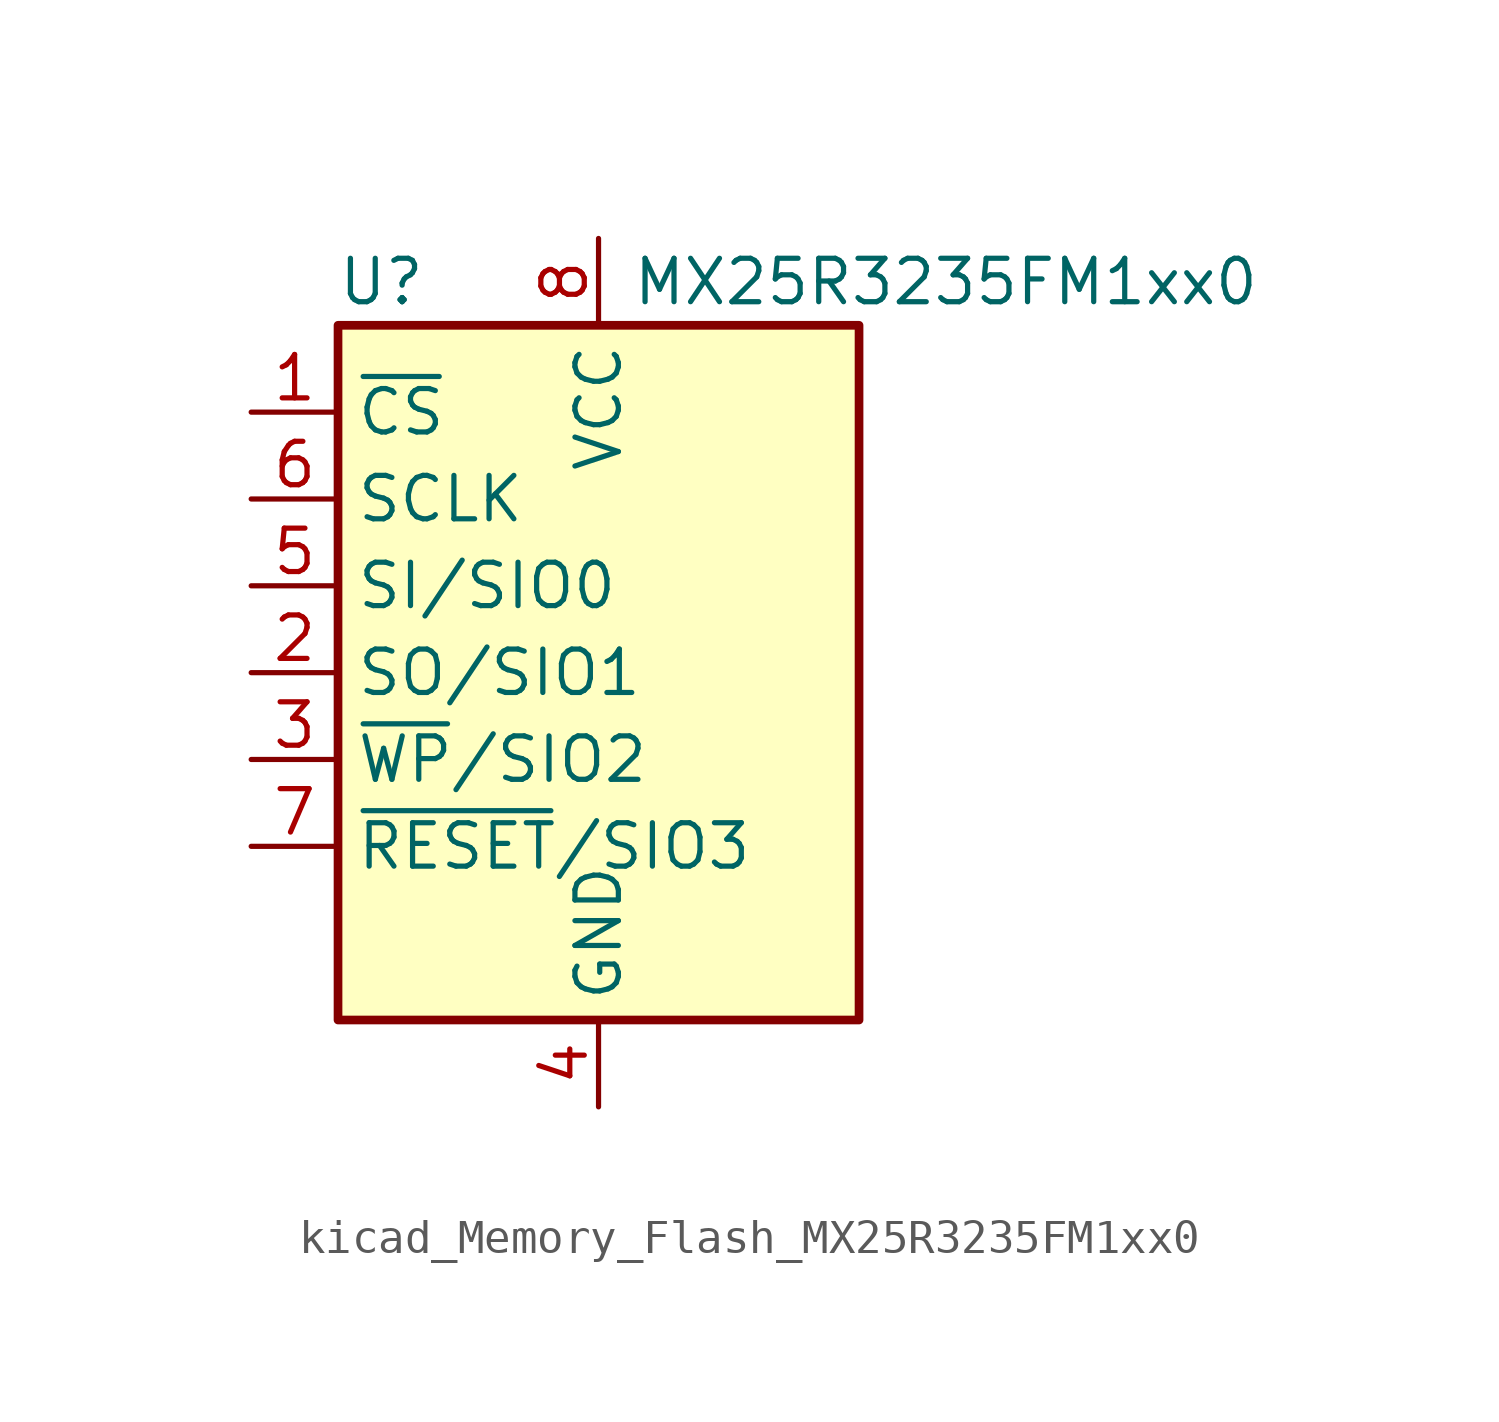
<source format=kicad_sym>
(kicad_symbol_lib
  (version 20220914)
  (generator kicad_symbol_editor)
  (symbol "kicad_Memory_Flash_MX25R3235FM1xx0"
    (property "Reference" "U"
      (at -6.35 11.43 0)
      (effects (font (size 1.27 1.27))))
    (property "Value" "MX25R3235FM1xx0"
      (at 10.16 11.43 0)
      (effects (font (size 1.27 1.27))))
    (symbol "kicad_Memory_Flash_MX25R3235FM1xx0_0_1"
      (rectangle (start -7.62 10.16) (end 7.62 -10.16) (stroke (width 0.254) (type default)) (fill (type background))))
    (symbol "kicad_Memory_Flash_MX25R3235FM1xx0_1_1"
      (pin input line (at -10.16 7.62 0) (length 2.54) (name "~{CS}" (effects (font (size 1.27 1.27)))) (number "1" (effects (font (size 1.27 1.27)))))
      (pin bidirectional line (at -10.16 0 0) (length 2.54) (name "SO/SIO1" (effects (font (size 1.27 1.27)))) (number "2" (effects (font (size 1.27 1.27)))))
      (pin bidirectional line (at -10.16 -2.54 0) (length 2.54) (name "~{WP}/SIO2" (effects (font (size 1.27 1.27)))) (number "3" (effects (font (size 1.27 1.27)))))
      (pin power_in line (at 0 -12.7 90) (length 2.54) (name "GND" (effects (font (size 1.27 1.27)))) (number "4" (effects (font (size 1.27 1.27)))))
      (pin bidirectional line (at -10.16 2.54 0) (length 2.54) (name "SI/SIO0" (effects (font (size 1.27 1.27)))) (number "5" (effects (font (size 1.27 1.27)))))
      (pin input line (at -10.16 5.08 0) (length 2.54) (name "SCLK" (effects (font (size 1.27 1.27)))) (number "6" (effects (font (size 1.27 1.27)))))
      (pin bidirectional line (at -10.16 -5.08 0) (length 2.54) (name "~{RESET}/SIO3" (effects (font (size 1.27 1.27)))) (number "7" (effects (font (size 1.27 1.27)))))
      (pin power_in line (at 0 12.7 270) (length 2.54) (name "VCC" (effects (font (size 1.27 1.27)))) (number "8" (effects (font (size 1.27 1.27))))))))
</source>
